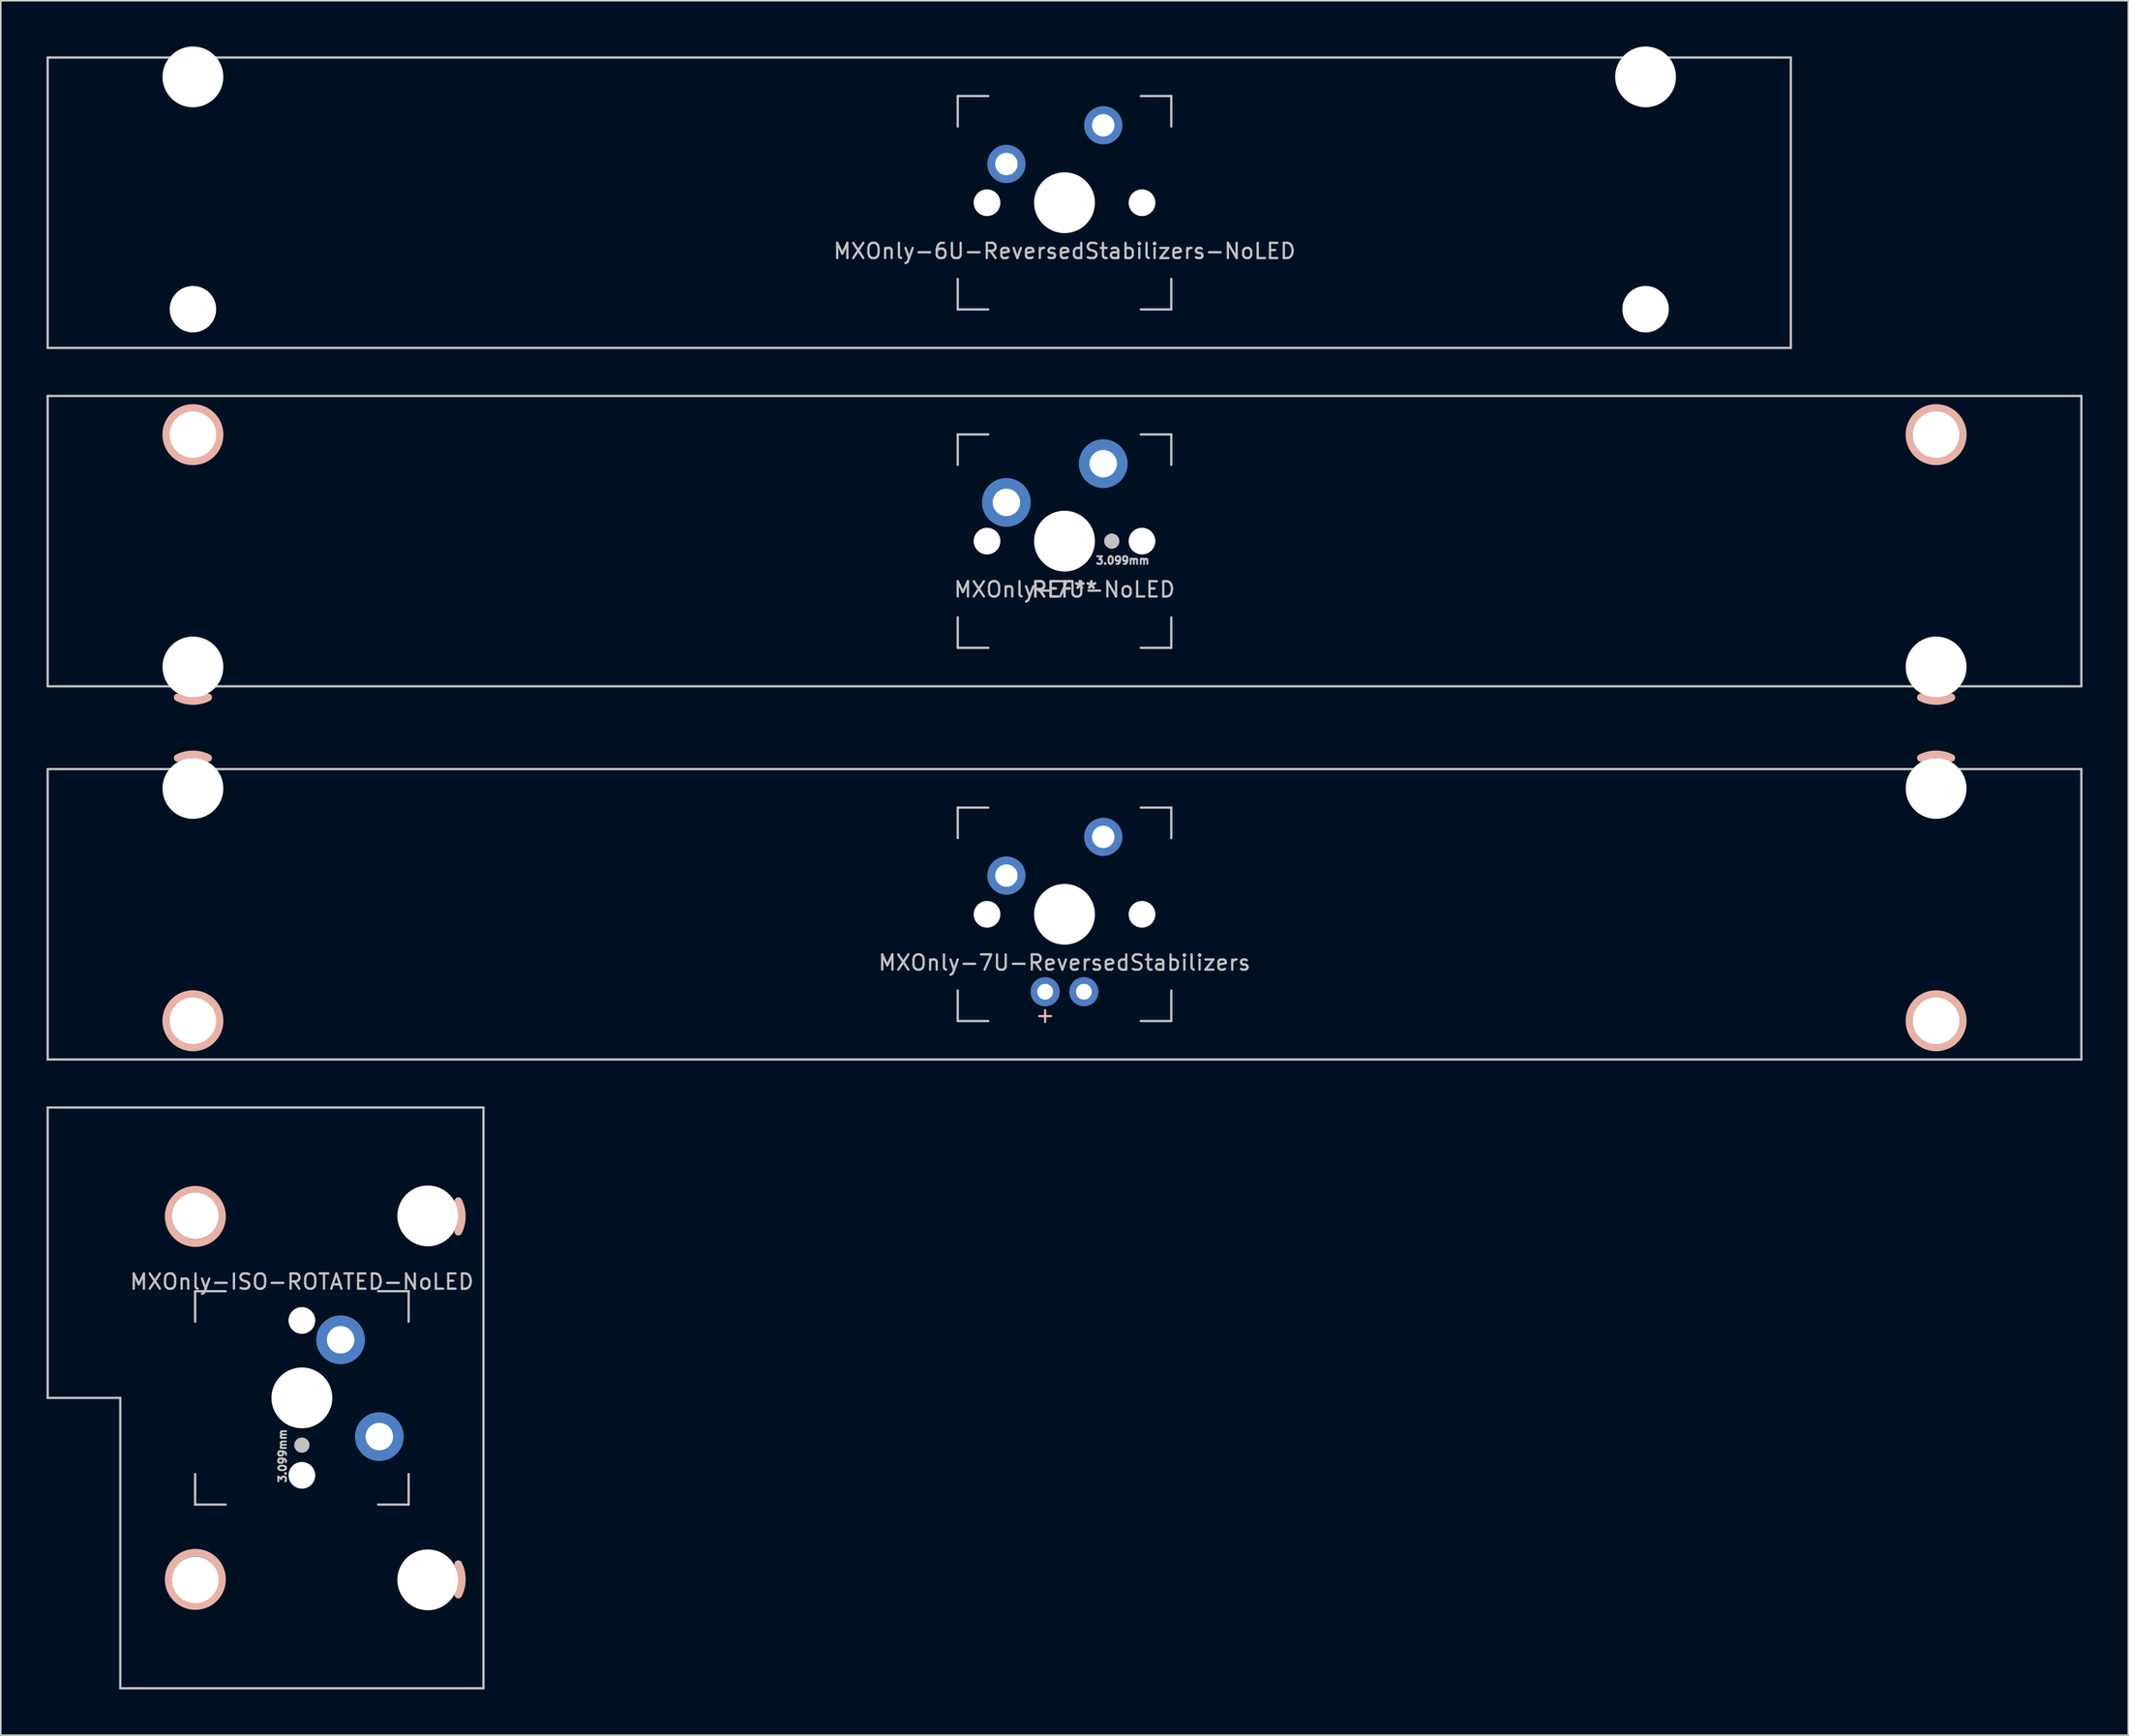
<source format=kicad_pcb>
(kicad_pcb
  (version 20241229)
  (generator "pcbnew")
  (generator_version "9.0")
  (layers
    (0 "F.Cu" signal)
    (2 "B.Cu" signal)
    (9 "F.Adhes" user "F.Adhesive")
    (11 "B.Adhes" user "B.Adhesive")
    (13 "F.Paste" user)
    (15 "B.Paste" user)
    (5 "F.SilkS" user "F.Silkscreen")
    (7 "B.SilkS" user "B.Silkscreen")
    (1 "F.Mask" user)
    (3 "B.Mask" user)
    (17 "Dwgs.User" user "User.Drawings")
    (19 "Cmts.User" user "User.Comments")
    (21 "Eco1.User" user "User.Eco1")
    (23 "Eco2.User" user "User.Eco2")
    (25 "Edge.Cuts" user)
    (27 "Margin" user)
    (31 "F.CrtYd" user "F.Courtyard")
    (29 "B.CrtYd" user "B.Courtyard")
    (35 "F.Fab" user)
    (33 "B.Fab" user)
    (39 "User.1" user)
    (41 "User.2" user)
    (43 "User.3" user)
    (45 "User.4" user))
  (footprint "MXOnly-7U-NoLED"
    (layer "F.Cu")
    (at 66.75 32.449)
    (property "Reference" "MXOnly-7U-NoLED" (at 0 3.175 0) (layer "Dwgs.User") (effects (font (size 1 1) (thickness 0.15))))
    (attr through_hole)
    (fp_arc (start -56.15 10.255) (mid -57.149413 10.491068) (end -58.148949 10.255525) (stroke (width 0.5) (type solid)) (layer "B.SilkS"))
    (fp_arc (start 58.15 10.255) (mid 57.150587 10.491068) (end 56.151051 10.255525) (stroke (width 0.5) (type solid)) (layer "B.SilkS"))
    (fp_circle (center -57.15 -6.985) (end -55.4 -6.985) (stroke (width 0.5) (type solid)) (fill no) (layer "B.SilkS"))
    (fp_circle (center 57.15 -6.985) (end 58.9 -6.985) (stroke (width 0.5) (type solid)) (fill no) (layer "B.SilkS"))
    (fp_line (start -66.675 -9.525) (end 66.675 -9.525) (stroke (width 0.15) (type solid)) (layer "Dwgs.User"))
    (fp_line (start -66.675 9.525) (end -66.675 -9.525) (stroke (width 0.15) (type solid)) (layer "Dwgs.User"))
    (fp_line (start -66.675 9.525) (end 66.675 9.525) (stroke (width 0.15) (type solid)) (layer "Dwgs.User"))
    (fp_line (start -7 -7) (end -7 -5) (stroke (width 0.15) (type solid)) (layer "Dwgs.User"))
    (fp_line (start -7 5) (end -7 7) (stroke (width 0.15) (type solid)) (layer "Dwgs.User"))
    (fp_line (start -7 7) (end -5 7) (stroke (width 0.15) (type solid)) (layer "Dwgs.User"))
    (fp_line (start -5 -7) (end -7 -7) (stroke (width 0.15) (type solid)) (layer "Dwgs.User"))
    (fp_line (start 5 -7) (end 7 -7) (stroke (width 0.15) (type solid)) (layer "Dwgs.User"))
    (fp_line (start 5 7) (end 7 7) (stroke (width 0.15) (type solid)) (layer "Dwgs.User"))
    (fp_line (start 7 -7) (end 7 -5) (stroke (width 0.15) (type solid)) (layer "Dwgs.User"))
    (fp_line (start 7 7) (end 7 5) (stroke (width 0.15) (type solid)) (layer "Dwgs.User"))
    (fp_line (start 66.675 -9.525) (end 66.675 9.525) (stroke (width 0.15) (type solid)) (layer "Dwgs.User"))
    (fp_text user "REF**" (at 0 3.175 0) (layer "Dwgs.User") (effects (font (size 1 1) (thickness 0.15))))
    (fp_text user "REF**" (at 0 3.175 0) (layer "Dwgs.User") (effects (font (size 1 1) (thickness 0.15))))
    (fp_text user "REF**" (at 0 3.175 0) (layer "Dwgs.User") (effects (font (size 1 1) (thickness 0.15))))
    (fp_text user "3.099mm" (at 3.81 1.27 0) (layer "Dwgs.User") (effects (font (size 0.5 0.5) (thickness 0.125))))
    (pad "" np_thru_hole circle (at -57.15 -6.985) (size 3.048 3.048) (drill 3.048) (layers "*.Cu" "*.Mask"))
    (pad "" np_thru_hole circle (at -57.15 8.255) (size 3.988 3.988) (drill 3.988) (layers "*.Cu" "*.Mask"))
    (pad "" np_thru_hole circle (at -5.08 0 48.1) (size 1.75 1.75) (drill 1.75) (layers "*.Cu" "*.Mask"))
    (pad "" smd circle (at -3.81 -2.54) (size 2.8 2.8) (layers "B.Mask"))
    (pad "" np_thru_hole circle (at 0 0) (size 3.988 3.988) (drill 3.988) (layers "*.Cu" "*.Mask"))
    (pad "" smd circle (at 2.54 -5.08) (size 2.8 2.8) (layers "B.Mask"))
    (pad "" smd circle (at 3.099 0) (size 1 1) (layers "Dwgs.User"))
    (pad "" np_thru_hole circle (at 5.08 0 48.1) (size 1.75 1.75) (drill 1.75) (layers "*.Cu" "*.Mask"))
    (pad "" np_thru_hole circle (at 57.15 -6.985) (size 3.048 3.048) (drill 3.048) (layers "*.Cu" "*.Mask"))
    (pad "" np_thru_hole circle (at 57.15 8.255) (size 3.988 3.988) (drill 3.988) (layers "*.Cu" "*.Mask"))
    (pad "1" thru_hole circle (at -3.81 -2.54) (size 2.4 2.4) (drill 1.8) (layers "*.Cu"))
    (pad "1" connect circle (at -3.81 -2.54) (size 3.2 3.2) (layers "B.Cu"))
    (pad "2" thru_hole circle (at 2.54 -5.08) (size 2.4 2.4) (drill 1.8) (layers "*.Cu"))
    (pad "2" connect circle (at 2.54 -5.08) (size 3.2 3.2) (layers "B.Cu")))
  (footprint "MXOnly-ISO-ROTATED-NoLED"
    (layer "F.Cu")
    (at 16.744 88.656)
    (property "Reference" "MXOnly-ISO-ROTATED-NoLED" (at 0 -7.62 180) (layer "Dwgs.User") (effects (font (size 1 1) (thickness 0.15))))
    (attr through_hole)
    (fp_arc (start 10.255 -12.90625) (mid 10.491068 -11.906837) (end 10.255525 -10.907301) (stroke (width 0.5) (type solid)) (layer "B.SilkS"))
    (fp_arc (start 10.255 10.90625) (mid 10.491068 11.905663) (end 10.255525 12.905199) (stroke (width 0.5) (type solid)) (layer "B.SilkS"))
    (fp_circle (center -6.985 -11.906) (end -6.985 -13.656) (stroke (width 0.5) (type solid)) (fill no) (layer "B.SilkS"))
    (fp_circle (center -6.985 11.906) (end -6.985 10.156) (stroke (width 0.5) (type solid)) (fill no) (layer "B.SilkS"))
    (fp_line (start -16.669 -19.05) (end -16.669 0) (stroke (width 0.15) (type solid)) (layer "Dwgs.User"))
    (fp_line (start -16.669 -19.05) (end 11.906 -19.05) (stroke (width 0.15) (type solid)) (layer "Dwgs.User"))
    (fp_line (start -11.906 0) (end -16.669 0) (stroke (width 0.15) (type solid)) (layer "Dwgs.User"))
    (fp_line (start -11.906 19.05) (end -11.906 0) (stroke (width 0.15) (type solid)) (layer "Dwgs.User"))
    (fp_line (start -11.906 19.05) (end 11.906 19.05) (stroke (width 0.15) (type solid)) (layer "Dwgs.User"))
    (fp_line (start -7 -7) (end -7 -5) (stroke (width 0.15) (type solid)) (layer "Dwgs.User"))
    (fp_line (start -7 5) (end -7 7) (stroke (width 0.15) (type solid)) (layer "Dwgs.User"))
    (fp_line (start -7 7) (end -5 7) (stroke (width 0.15) (type solid)) (layer "Dwgs.User"))
    (fp_line (start -5 -7) (end -7 -7) (stroke (width 0.15) (type solid)) (layer "Dwgs.User"))
    (fp_line (start 7 -7) (end 5 -7) (stroke (width 0.15) (type solid)) (layer "Dwgs.User"))
    (fp_line (start 7 -5) (end 7 -7) (stroke (width 0.15) (type solid)) (layer "Dwgs.User"))
    (fp_line (start 7 5) (end 7 7) (stroke (width 0.15) (type solid)) (layer "Dwgs.User"))
    (fp_line (start 7 7) (end 5 7) (stroke (width 0.15) (type solid)) (layer "Dwgs.User"))
    (fp_line (start 11.906 -19.05) (end 11.906 19.05) (stroke (width 0.15) (type solid)) (layer "Dwgs.User"))
    (fp_text user "3.099mm" (at -1.27 3.81 270) (layer "Dwgs.User") (effects (font (size 0.5 0.5) (thickness 0.125))))
    (pad "" np_thru_hole circle (at -6.985 -11.938 180) (size 3.048 3.048) (drill 3.048) (layers "*.Cu" "*.Mask"))
    (pad "" np_thru_hole circle (at -6.985 11.938 180) (size 3.048 3.048) (drill 3.048) (layers "*.Cu" "*.Mask"))
    (pad "" np_thru_hole circle (at 0 -5.08 318.1) (size 1.75 1.75) (drill 1.75) (layers "*.Cu" "*.Mask"))
    (pad "" np_thru_hole circle (at 0 0 270) (size 3.988 3.988) (drill 3.988) (layers "*.Cu" "*.Mask"))
    (pad "" smd circle (at 0 3.099 270) (size 1 1) (layers "Dwgs.User"))
    (pad "" np_thru_hole circle (at 0 5.08 318.1) (size 1.75 1.75) (drill 1.75) (layers "*.Cu" "*.Mask"))
    (pad "" smd circle (at 2.54 -3.81 270) (size 2.8 2.8) (layers "B.Mask"))
    (pad "" smd circle (at 5.08 2.54 270) (size 2.8 2.8) (layers "B.Mask"))
    (pad "" np_thru_hole circle (at 8.255 -11.938 180) (size 3.988 3.988) (drill 3.988) (layers "*.Cu" "*.Mask"))
    (pad "" np_thru_hole circle (at 8.255 11.938 180) (size 3.988 3.988) (drill 3.988) (layers "*.Cu" "*.Mask"))
    (pad "1" thru_hole circle (at 2.54 -3.81 270) (size 2.4 2.4) (drill 1.8) (layers "*.Cu"))
    (pad "1" connect circle (at 2.54 -3.81 270) (size 3.2 3.2) (layers "B.Cu"))
    (pad "2" thru_hole circle (at 5.08 2.54 270) (size 2.4 2.4) (drill 1.8) (layers "*.Cu"))
    (pad "2" connect circle (at 5.08 2.54 270) (size 3.2 3.2) (layers "B.Cu")))
  (footprint "MXOnly-7U-ReversedStabilizers"
    (layer "F.Cu")
    (at 66.75 56.931)
    (property "Reference" "MXOnly-7U-ReversedStabilizers" (at 0 3.175 0) (layer "Dwgs.User") (effects (font (size 1 1) (thickness 0.15))))
    (attr through_hole)
    (fp_arc (start -58.15 -10.255) (mid -57.150587 -10.491068) (end -56.151051 -10.255525) (stroke (width 0.5) (type solid)) (layer "B.SilkS"))
    (fp_arc (start 56.15 -10.255) (mid 57.149413 -10.491068) (end 58.148949 -10.255525) (stroke (width 0.5) (type solid)) (layer "B.SilkS"))
    (fp_circle (center -57.15 6.985) (end -58.9 6.985) (stroke (width 0.5) (type solid)) (fill no) (layer "B.SilkS"))
    (fp_circle (center 57.15 6.985) (end 55.4 6.985) (stroke (width 0.5) (type solid)) (fill no) (layer "B.SilkS"))
    (fp_line (start -66.675 -9.525) (end 66.675 -9.525) (stroke (width 0.15) (type solid)) (layer "Dwgs.User"))
    (fp_line (start -66.675 9.525) (end -66.675 -9.525) (stroke (width 0.15) (type solid)) (layer "Dwgs.User"))
    (fp_line (start -66.675 9.525) (end 66.675 9.525) (stroke (width 0.15) (type solid)) (layer "Dwgs.User"))
    (fp_line (start -7 -7) (end -7 -5) (stroke (width 0.15) (type solid)) (layer "Dwgs.User"))
    (fp_line (start -7 5) (end -7 7) (stroke (width 0.15) (type solid)) (layer "Dwgs.User"))
    (fp_line (start -7 7) (end -5 7) (stroke (width 0.15) (type solid)) (layer "Dwgs.User"))
    (fp_line (start -5 -7) (end -7 -7) (stroke (width 0.15) (type solid)) (layer "Dwgs.User"))
    (fp_line (start 5 -7) (end 7 -7) (stroke (width 0.15) (type solid)) (layer "Dwgs.User"))
    (fp_line (start 5 7) (end 7 7) (stroke (width 0.15) (type solid)) (layer "Dwgs.User"))
    (fp_line (start 7 -7) (end 7 -5) (stroke (width 0.15) (type solid)) (layer "Dwgs.User"))
    (fp_line (start 7 7) (end 7 5) (stroke (width 0.15) (type solid)) (layer "Dwgs.User"))
    (fp_line (start 66.675 -9.525) (end 66.675 9.525) (stroke (width 0.15) (type solid)) (layer "Dwgs.User"))
    (fp_text user "+" (at -1.27 6.604 0) (layer "B.SilkS") (effects (font (size 1 1) (thickness 0.15))))
    (pad "" np_thru_hole circle (at -57.15 -8.255) (size 3.988 3.988) (drill 3.988) (layers "*.Cu" "*.Mask"))
    (pad "" np_thru_hole circle (at -57.15 6.985) (size 3.048 3.048) (drill 3.048) (layers "*.Cu" "*.Mask"))
    (pad "" np_thru_hole circle (at -5.08 0 48.1) (size 1.75 1.75) (drill 1.75) (layers "*.Cu" "*.Mask"))
    (pad "" np_thru_hole circle (at 0 0) (size 3.988 3.988) (drill 3.988) (layers "*.Cu" "*.Mask"))
    (pad "" np_thru_hole circle (at 5.08 0 48.1) (size 1.75 1.75) (drill 1.75) (layers "*.Cu" "*.Mask"))
    (pad "" np_thru_hole circle (at 57.15 -8.255) (size 3.988 3.988) (drill 3.988) (layers "*.Cu" "*.Mask"))
    (pad "" np_thru_hole circle (at 57.15 6.985) (size 3.048 3.048) (drill 3.048) (layers "*.Cu" "*.Mask"))
    (pad "1" thru_hole circle (at -3.81 -2.54) (size 2.5 2.5) (drill 1.47) (layers "*.Cu" "*.Mask"))
    (pad "2" thru_hole circle (at 2.54 -5.08) (size 2.5 2.5) (drill 1.47) (layers "*.Cu" "*.Mask"))
    (pad "3" thru_hole circle (at -1.27 5.08) (size 1.905 1.905) (drill 1.04) (layers "*.Cu" "*.Mask"))
    (pad "4" thru_hole circle (at 1.27 5.08) (size 1.905 1.905) (drill 1.04) (layers "*.Cu" "*.Mask")))
  (footprint "MXOnly-6U-ReversedStabilizers-NoLED"
    (layer "F.Cu")
    (at 57.225 10.249)
    (property "Reference" "MXOnly-6U-ReversedStabilizers-NoLED" (at 9.525 3.175 0) (layer "Dwgs.User") (effects (font (size 1 1) (thickness 0.15))))
    (attr through_hole)
    (fp_line (start -57.15 -9.525) (end 57.15 -9.525) (stroke (width 0.15) (type solid)) (layer "Dwgs.User"))
    (fp_line (start -57.15 9.525) (end -57.15 -9.525) (stroke (width 0.15) (type solid)) (layer "Dwgs.User"))
    (fp_line (start -57.15 9.525) (end 57.15 9.525) (stroke (width 0.15) (type solid)) (layer "Dwgs.User"))
    (fp_line (start 2.525 -7) (end 2.525 -5) (stroke (width 0.15) (type solid)) (layer "Dwgs.User"))
    (fp_line (start 2.525 5) (end 2.525 7) (stroke (width 0.15) (type solid)) (layer "Dwgs.User"))
    (fp_line (start 2.525 7) (end 4.525 7) (stroke (width 0.15) (type solid)) (layer "Dwgs.User"))
    (fp_line (start 4.525 -7) (end 2.525 -7) (stroke (width 0.15) (type solid)) (layer "Dwgs.User"))
    (fp_line (start 14.525 -7) (end 16.525 -7) (stroke (width 0.15) (type solid)) (layer "Dwgs.User"))
    (fp_line (start 14.525 7) (end 16.525 7) (stroke (width 0.15) (type solid)) (layer "Dwgs.User"))
    (fp_line (start 16.525 -7) (end 16.525 -5) (stroke (width 0.15) (type solid)) (layer "Dwgs.User"))
    (fp_line (start 16.525 7) (end 16.525 5) (stroke (width 0.15) (type solid)) (layer "Dwgs.User"))
    (fp_line (start 57.15 -9.525) (end 57.15 9.525) (stroke (width 0.15) (type solid)) (layer "Dwgs.User"))
    (pad "" np_thru_hole circle (at -47.625 -8.255) (size 3.988 3.988) (drill 3.988) (layers "*.Cu" "*.Mask"))
    (pad "" np_thru_hole circle (at -47.625 6.985) (size 3.048 3.048) (drill 3.048) (layers "*.Cu" "*.Mask"))
    (pad "" np_thru_hole circle (at 4.445 0 48.1) (size 1.75 1.75) (drill 1.75) (layers "*.Cu" "*.Mask"))
    (pad "" np_thru_hole circle (at 9.525 0) (size 3.988 3.988) (drill 3.988) (layers "*.Cu" "*.Mask"))
    (pad "" np_thru_hole circle (at 14.605 0 48.1) (size 1.75 1.75) (drill 1.75) (layers "*.Cu" "*.Mask"))
    (pad "" np_thru_hole circle (at 47.625 -8.255) (size 3.988 3.988) (drill 3.988) (layers "*.Cu" "*.Mask"))
    (pad "" np_thru_hole circle (at 47.625 6.985) (size 3.048 3.048) (drill 3.048) (layers "*.Cu" "*.Mask"))
    (pad "1" thru_hole circle (at 5.715 -2.54) (size 2.5 2.5) (drill 1.47) (layers "*.Cu" "*.Mask"))
    (pad "2" thru_hole circle (at 12.065 -5.08) (size 2.5 2.5) (drill 1.47) (layers "*.Cu" "*.Mask")))
  (gr_rect
    (start -3 -3)
    (end 136.5 110.781)
    (stroke (width 0.1) (type default))
    (fill no)
    (layer "Edge.Cuts")))
</source>
